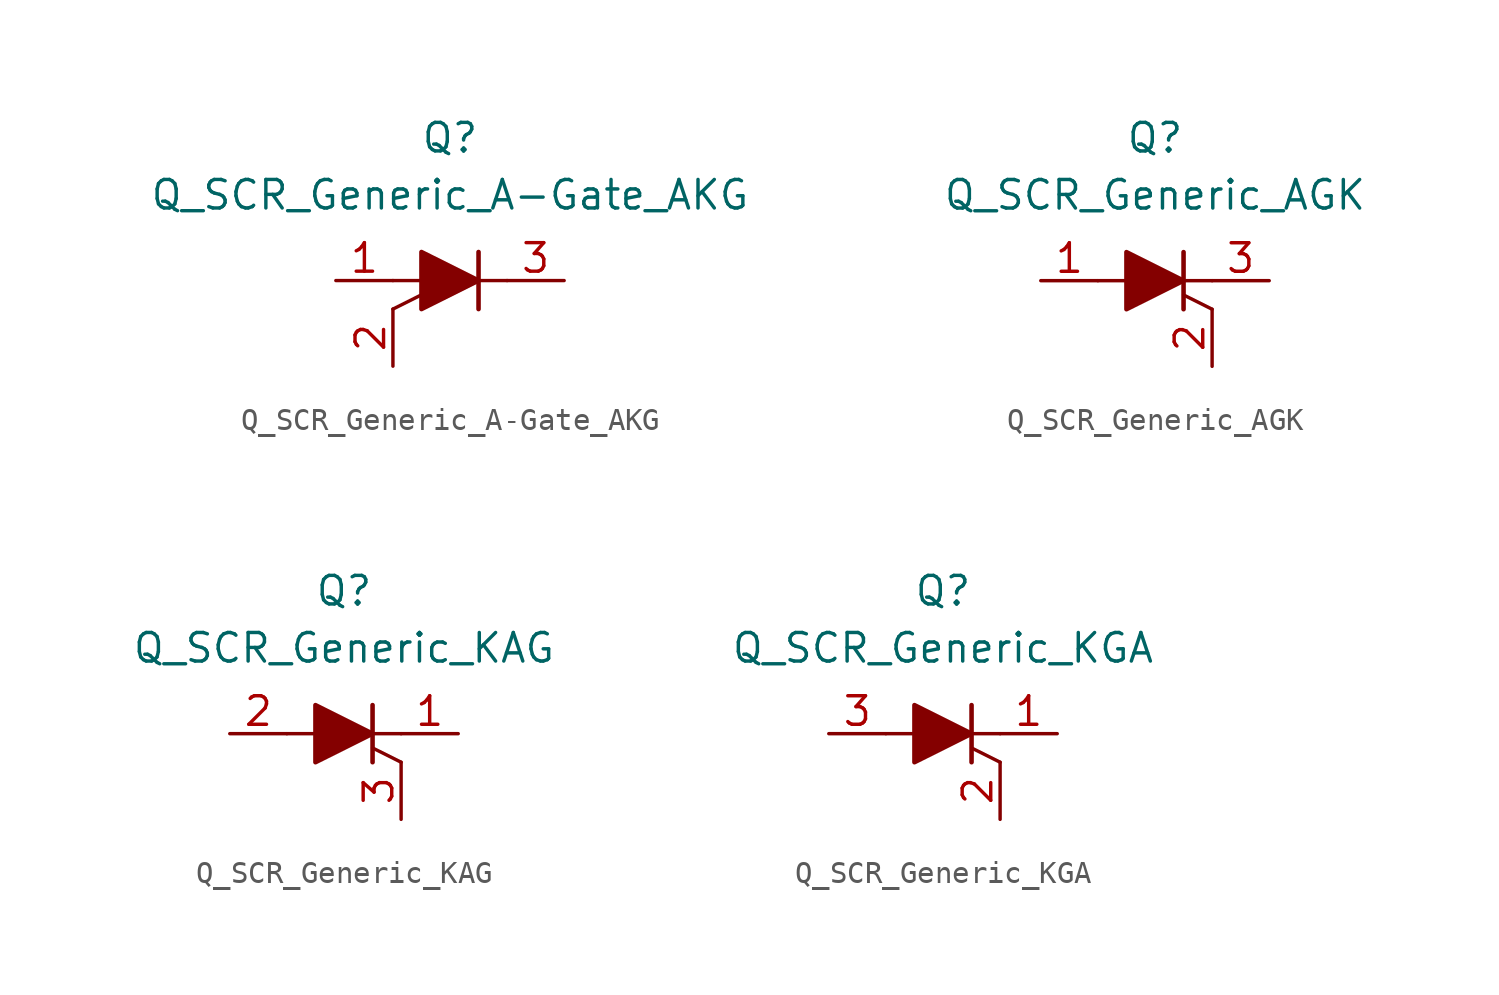
<source format=kicad_sym>
(kicad_symbol_lib
  (version 20211014)
  (generator kicad_symbol_editor)
  (symbol "Thyristor_AKL:Q_SCR_Generic_A-Gate_AKG"
    (pin_names
      (offset 0.002) hide)
    (property "Reference" "Q"
      (at 0 6.35 0)
      (effects (font (size 1.27 1.27))))
    (property "Value" "Q_SCR_Generic_A-Gate_AKG"
      (at 0 3.81 0)
      (effects (font (size 1.27 1.27))))
    (symbol "Q_SCR_Generic_A-Gate_AKG_0_1"
      (polyline (pts (xy -2.54 -1.27) (xy -1.27 -0.635)) (stroke (width 0) (type default) (color 0 0 0 0)) (fill (type none)))
      (polyline (pts (xy 1.27 -1.27) (xy 1.27 1.27)) (stroke (width 0.203) (type default) (color 0 0 0 0)) (fill (type none)))
      (polyline (pts (xy 2.54 0) (xy -2.54 0)) (stroke (width 0) (type default) (color 0 0 0 0)) (fill (type none)))
      (polyline (pts (xy -1.27 -1.27) (xy -1.27 1.27) (xy 1.27 0) (xy -1.27 -1.27)) (stroke (width 0.203) (type default) (color 0 0 0 0)) (fill (type outline))))
    (symbol "Q_SCR_Generic_A-Gate_AKG_1_1"
      (pin passive line (at -5.08 0 0) (length 2.54) (name "A" (effects (font (size 1.27 1.27)))) (number "1" (effects (font (size 1.27 1.27)))))
      (pin input line (at -2.54 -3.81 90) (length 2.54) (name "G" (effects (font (size 1.27 1.27)))) (number "2" (effects (font (size 1.27 1.27)))))
      (pin passive line (at 5.08 0 180) (length 2.54) (name "K" (effects (font (size 1.27 1.27)))) (number "3" (effects (font (size 1.27 1.27)))))))
  (symbol "Thyristor_AKL:Q_SCR_Generic_AGK"
    (pin_names
      (offset 0.002) hide)
    (property "Reference" "Q"
      (at 0 6.35 0)
      (effects (font (size 1.27 1.27))))
    (property "Value" "Q_SCR_Generic_AGK"
      (at 0 3.81 0)
      (effects (font (size 1.27 1.27))))
    (symbol "Q_SCR_Generic_AGK_0_1"
      (polyline (pts (xy 1.27 -1.27) (xy 1.27 1.27)) (stroke (width 0.203) (type default) (color 0 0 0 0)) (fill (type none)))
      (polyline (pts (xy 2.54 -1.27) (xy 1.27 -0.635)) (stroke (width 0) (type default) (color 0 0 0 0)) (fill (type none)))
      (polyline (pts (xy 2.54 0) (xy -2.54 0)) (stroke (width 0) (type default) (color 0 0 0 0)) (fill (type none)))
      (polyline (pts (xy -1.27 -1.27) (xy -1.27 1.27) (xy 1.27 0) (xy -1.27 -1.27)) (stroke (width 0.203) (type default) (color 0 0 0 0)) (fill (type outline))))
    (symbol "Q_SCR_Generic_AGK_1_1"
      (pin passive line (at -5.08 0 0) (length 2.54) (name "A" (effects (font (size 1.27 1.27)))) (number "1" (effects (font (size 1.27 1.27)))))
      (pin input line (at 2.54 -3.81 90) (length 2.54) (name "G" (effects (font (size 1.27 1.27)))) (number "2" (effects (font (size 1.27 1.27)))))
      (pin passive line (at 5.08 0 180) (length 2.54) (name "K" (effects (font (size 1.27 1.27)))) (number "3" (effects (font (size 1.27 1.27)))))))
  (symbol "Thyristor_AKL:Q_SCR_Generic_KAG"
    (pin_names
      (offset 0.002) hide)
    (property "Reference" "Q"
      (at 0 6.35 0)
      (effects (font (size 1.27 1.27))))
    (property "Value" "Q_SCR_Generic_KAG"
      (at 0 3.81 0)
      (effects (font (size 1.27 1.27))))
    (symbol "Q_SCR_Generic_KAG_0_1"
      (polyline (pts (xy 1.27 -1.27) (xy 1.27 1.27)) (stroke (width 0.203) (type default) (color 0 0 0 0)) (fill (type none)))
      (polyline (pts (xy 2.54 -1.27) (xy 1.27 -0.635)) (stroke (width 0) (type default) (color 0 0 0 0)) (fill (type none)))
      (polyline (pts (xy 2.54 0) (xy -2.54 0)) (stroke (width 0) (type default) (color 0 0 0 0)) (fill (type none)))
      (polyline (pts (xy -1.27 -1.27) (xy -1.27 1.27) (xy 1.27 0) (xy -1.27 -1.27)) (stroke (width 0.203) (type default) (color 0 0 0 0)) (fill (type outline))))
    (symbol "Q_SCR_Generic_KAG_1_1"
      (pin passive line (at 5.08 0 180) (length 2.54) (name "K" (effects (font (size 1.27 1.27)))) (number "1" (effects (font (size 1.27 1.27)))))
      (pin passive line (at -5.08 0 0) (length 2.54) (name "A" (effects (font (size 1.27 1.27)))) (number "2" (effects (font (size 1.27 1.27)))))
      (pin input line (at 2.54 -3.81 90) (length 2.54) (name "G" (effects (font (size 1.27 1.27)))) (number "3" (effects (font (size 1.27 1.27)))))))
  (symbol "Thyristor_AKL:Q_SCR_Generic_KGA"
    (pin_names
      (offset 0.002) hide)
    (property "Reference" "Q"
      (at 0 6.35 0)
      (effects (font (size 1.27 1.27))))
    (property "Value" "Q_SCR_Generic_KGA"
      (at 0 3.81 0)
      (effects (font (size 1.27 1.27))))
    (symbol "Q_SCR_Generic_KGA_0_1"
      (polyline (pts (xy 1.27 -1.27) (xy 1.27 1.27)) (stroke (width 0.203) (type default) (color 0 0 0 0)) (fill (type none)))
      (polyline (pts (xy 2.54 -1.27) (xy 1.27 -0.635)) (stroke (width 0) (type default) (color 0 0 0 0)) (fill (type none)))
      (polyline (pts (xy 2.54 0) (xy -2.54 0)) (stroke (width 0) (type default) (color 0 0 0 0)) (fill (type none)))
      (polyline (pts (xy -1.27 -1.27) (xy -1.27 1.27) (xy 1.27 0) (xy -1.27 -1.27)) (stroke (width 0.203) (type default) (color 0 0 0 0)) (fill (type outline))))
    (symbol "Q_SCR_Generic_KGA_1_1"
      (pin passive line (at 5.08 0 180) (length 2.54) (name "K" (effects (font (size 1.27 1.27)))) (number "1" (effects (font (size 1.27 1.27)))))
      (pin input line (at 2.54 -3.81 90) (length 2.54) (name "G" (effects (font (size 1.27 1.27)))) (number "2" (effects (font (size 1.27 1.27)))))
      (pin passive line (at -5.08 0 0) (length 2.54) (name "A" (effects (font (size 1.27 1.27)))) (number "3" (effects (font (size 1.27 1.27))))))))
</source>
